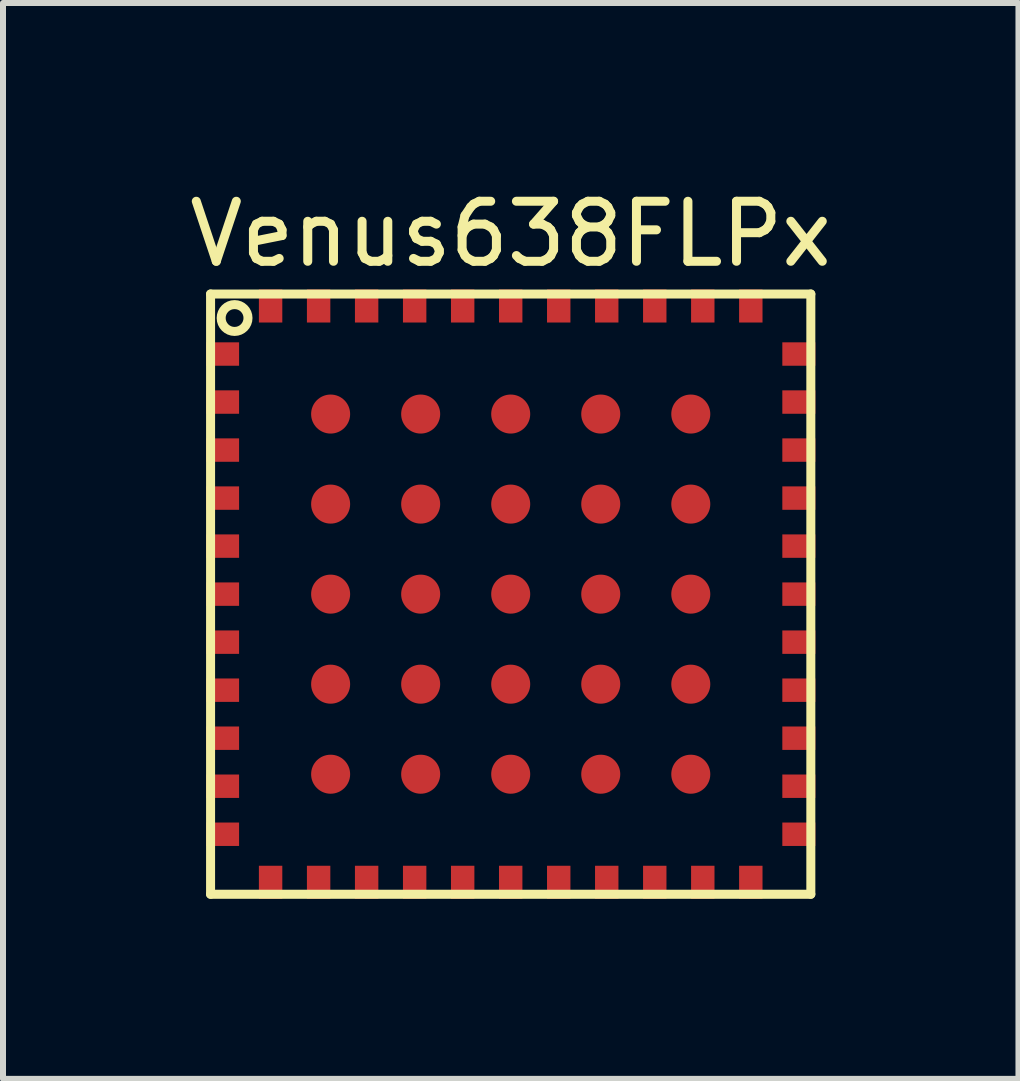
<source format=kicad_pcb>
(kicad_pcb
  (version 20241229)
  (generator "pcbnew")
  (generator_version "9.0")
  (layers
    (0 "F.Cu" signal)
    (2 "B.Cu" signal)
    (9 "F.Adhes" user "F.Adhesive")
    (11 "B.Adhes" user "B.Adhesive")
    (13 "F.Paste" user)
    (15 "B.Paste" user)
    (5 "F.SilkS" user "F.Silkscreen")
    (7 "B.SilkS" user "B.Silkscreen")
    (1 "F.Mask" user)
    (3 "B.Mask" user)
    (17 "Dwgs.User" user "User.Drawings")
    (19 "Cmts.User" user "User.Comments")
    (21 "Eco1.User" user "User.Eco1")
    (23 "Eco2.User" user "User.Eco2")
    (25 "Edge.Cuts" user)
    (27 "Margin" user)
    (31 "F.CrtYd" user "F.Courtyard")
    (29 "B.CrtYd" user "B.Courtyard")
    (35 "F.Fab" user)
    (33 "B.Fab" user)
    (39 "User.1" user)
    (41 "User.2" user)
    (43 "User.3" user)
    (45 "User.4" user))
  (footprint "Venus638FLPx"
    (layer "F.Cu")
    (at 5.458 6.848)
    (property "Reference" "Venus638FLPx" (at 0 -6 0) (layer "F.SilkS") (effects (font (size 1 1) (thickness 0.15))))
    (attr smd)
    (fp_line (start -5 -5) (end -5 5) (stroke (width 0.15) (type solid)) (layer "F.SilkS"))
    (fp_line (start -5 5) (end 5 5) (stroke (width 0.15) (type solid)) (layer "F.SilkS"))
    (fp_line (start 5 -5) (end -5 -5) (stroke (width 0.15) (type solid)) (layer "F.SilkS"))
    (fp_line (start 5 5) (end 5 -5) (stroke (width 0.15) (type solid)) (layer "F.SilkS"))
    (fp_circle (center -4.6 -4.6) (end -4.5 -4.4) (stroke (width 0.15) (type solid)) (fill no) (layer "F.SilkS"))
    (pad "1" smd rect (at -4.8 -4) (size 0.55 0.39) (layers "F.Cu" "F.Mask" "F.Paste"))
    (pad "2" smd rect (at -4.8 -3.2) (size 0.55 0.39) (layers "F.Cu" "F.Mask" "F.Paste"))
    (pad "3" smd rect (at -4.8 -2.4) (size 0.55 0.39) (layers "F.Cu" "F.Mask" "F.Paste"))
    (pad "4" smd rect (at -4.8 -1.6) (size 0.55 0.39) (layers "F.Cu" "F.Mask" "F.Paste"))
    (pad "5" smd rect (at -4.8 -0.8) (size 0.55 0.39) (layers "F.Cu" "F.Mask" "F.Paste"))
    (pad "6" smd rect (at -4.8 0) (size 0.55 0.39) (layers "F.Cu" "F.Mask" "F.Paste"))
    (pad "7" smd rect (at -4.8 0.8) (size 0.55 0.39) (layers "F.Cu" "F.Mask" "F.Paste"))
    (pad "8" smd rect (at -4.8 1.6) (size 0.55 0.39) (layers "F.Cu" "F.Mask" "F.Paste"))
    (pad "9" smd rect (at -4.8 2.4) (size 0.55 0.39) (layers "F.Cu" "F.Mask" "F.Paste"))
    (pad "10" smd rect (at -4.8 3.2) (size 0.55 0.39) (layers "F.Cu" "F.Mask" "F.Paste"))
    (pad "11" smd rect (at -4.8 4) (size 0.55 0.39) (layers "F.Cu" "F.Mask" "F.Paste"))
    (pad "12" smd rect (at -4 4.8 90) (size 0.55 0.39) (layers "F.Cu" "F.Mask" "F.Paste"))
    (pad "13" smd rect (at -3.2 4.8 90) (size 0.55 0.39) (layers "F.Cu" "F.Mask" "F.Paste"))
    (pad "14" smd rect (at -2.4 4.8 90) (size 0.55 0.39) (layers "F.Cu" "F.Mask" "F.Paste"))
    (pad "15" smd rect (at -1.6 4.8 90) (size 0.55 0.39) (layers "F.Cu" "F.Mask" "F.Paste"))
    (pad "16" smd rect (at -0.8 4.8 90) (size 0.55 0.39) (layers "F.Cu" "F.Mask" "F.Paste"))
    (pad "17" smd rect (at 0 4.8 90) (size 0.55 0.39) (layers "F.Cu" "F.Mask" "F.Paste"))
    (pad "18" smd rect (at 0.8 4.8 90) (size 0.55 0.39) (layers "F.Cu" "F.Mask" "F.Paste"))
    (pad "19" smd rect (at 1.6 4.8 90) (size 0.55 0.39) (layers "F.Cu" "F.Mask" "F.Paste"))
    (pad "20" smd rect (at 2.4 4.8 90) (size 0.55 0.39) (layers "F.Cu" "F.Mask" "F.Paste"))
    (pad "21" smd rect (at 3.2 4.8 90) (size 0.55 0.39) (layers "F.Cu" "F.Mask" "F.Paste"))
    (pad "22" smd rect (at 4 4.8 90) (size 0.55 0.39) (layers "F.Cu" "F.Mask" "F.Paste"))
    (pad "23" smd rect (at 4.8 4 180) (size 0.55 0.39) (layers "F.Cu" "F.Mask" "F.Paste"))
    (pad "24" smd rect (at 4.8 3.2 180) (size 0.55 0.39) (layers "F.Cu" "F.Mask" "F.Paste"))
    (pad "25" smd rect (at 4.8 2.4 180) (size 0.55 0.39) (layers "F.Cu" "F.Mask" "F.Paste"))
    (pad "26" smd rect (at 4.8 1.6 180) (size 0.55 0.39) (layers "F.Cu" "F.Mask" "F.Paste"))
    (pad "27" smd rect (at 4.8 0.8 180) (size 0.55 0.39) (layers "F.Cu" "F.Mask" "F.Paste"))
    (pad "28" smd rect (at 4.8 0 180) (size 0.55 0.39) (layers "F.Cu" "F.Mask" "F.Paste"))
    (pad "29" smd rect (at 4.8 -0.8 180) (size 0.55 0.39) (layers "F.Cu" "F.Mask" "F.Paste"))
    (pad "30" smd rect (at 4.8 -1.6 180) (size 0.55 0.39) (layers "F.Cu" "F.Mask" "F.Paste"))
    (pad "31" smd rect (at 4.8 -2.4 180) (size 0.55 0.39) (layers "F.Cu" "F.Mask" "F.Paste"))
    (pad "32" smd rect (at 4.8 -3.2 180) (size 0.55 0.39) (layers "F.Cu" "F.Mask" "F.Paste"))
    (pad "33" smd rect (at 4.8 -4 180) (size 0.55 0.39) (layers "F.Cu" "F.Mask" "F.Paste"))
    (pad "34" smd rect (at 4 -4.8 270) (size 0.55 0.39) (layers "F.Cu" "F.Mask" "F.Paste"))
    (pad "35" smd rect (at 3.2 -4.8 270) (size 0.55 0.39) (layers "F.Cu" "F.Mask" "F.Paste"))
    (pad "36" smd rect (at 2.4 -4.8 270) (size 0.55 0.39) (layers "F.Cu" "F.Mask" "F.Paste"))
    (pad "37" smd rect (at 1.6 -4.8 270) (size 0.55 0.39) (layers "F.Cu" "F.Mask" "F.Paste"))
    (pad "38" smd rect (at 0.8 -4.8 270) (size 0.55 0.39) (layers "F.Cu" "F.Mask" "F.Paste"))
    (pad "39" smd rect (at 0 -4.8 270) (size 0.55 0.39) (layers "F.Cu" "F.Mask" "F.Paste"))
    (pad "40" smd rect (at -0.8 -4.8 270) (size 0.55 0.39) (layers "F.Cu" "F.Mask" "F.Paste"))
    (pad "41" smd rect (at -1.6 -4.8 270) (size 0.55 0.39) (layers "F.Cu" "F.Mask" "F.Paste"))
    (pad "42" smd rect (at -2.4 -4.8 270) (size 0.55 0.39) (layers "F.Cu" "F.Mask" "F.Paste"))
    (pad "43" smd rect (at -3.2 -4.8 270) (size 0.55 0.39) (layers "F.Cu" "F.Mask" "F.Paste"))
    (pad "44" smd rect (at -4 -4.8 270) (size 0.55 0.39) (layers "F.Cu" "F.Mask" "F.Paste"))
    (pad "45" smd circle (at -3 -3 270) (size 0.65 0.65) (layers "F.Cu" "F.Mask" "F.Paste"))
    (pad "46" smd circle (at -3 -1.5 270) (size 0.65 0.65) (layers "F.Cu" "F.Mask" "F.Paste"))
    (pad "47" smd circle (at -3 0 270) (size 0.65 0.65) (layers "F.Cu" "F.Mask" "F.Paste"))
    (pad "48" smd circle (at -3 1.5 270) (size 0.65 0.65) (layers "F.Cu" "F.Mask" "F.Paste"))
    (pad "49" smd circle (at -3 3 270) (size 0.65 0.65) (layers "F.Cu" "F.Mask" "F.Paste"))
    (pad "50" smd circle (at -1.5 -3 270) (size 0.65 0.65) (layers "F.Cu" "F.Mask" "F.Paste"))
    (pad "51" smd circle (at -1.5 -1.5 270) (size 0.65 0.65) (layers "F.Cu" "F.Mask" "F.Paste"))
    (pad "52" smd circle (at -1.5 0 270) (size 0.65 0.65) (layers "F.Cu" "F.Mask" "F.Paste"))
    (pad "53" smd circle (at -1.5 1.5 270) (size 0.65 0.65) (layers "F.Cu" "F.Mask" "F.Paste"))
    (pad "54" smd circle (at -1.5 3 270) (size 0.65 0.65) (layers "F.Cu" "F.Mask" "F.Paste"))
    (pad "55" smd circle (at 0 -3 270) (size 0.65 0.65) (layers "F.Cu" "F.Mask" "F.Paste"))
    (pad "56" smd circle (at 0 -1.5 270) (size 0.65 0.65) (layers "F.Cu" "F.Mask" "F.Paste"))
    (pad "57" smd circle (at 0 0 270) (size 0.65 0.65) (layers "F.Cu" "F.Mask" "F.Paste"))
    (pad "58" smd circle (at 0 1.5 270) (size 0.65 0.65) (layers "F.Cu" "F.Mask" "F.Paste"))
    (pad "59" smd circle (at 0 3 270) (size 0.65 0.65) (layers "F.Cu" "F.Mask" "F.Paste"))
    (pad "60" smd circle (at 1.5 -3 270) (size 0.65 0.65) (layers "F.Cu" "F.Mask" "F.Paste"))
    (pad "61" smd circle (at 1.5 -1.5 270) (size 0.65 0.65) (layers "F.Cu" "F.Mask" "F.Paste"))
    (pad "62" smd circle (at 1.5 0 270) (size 0.65 0.65) (layers "F.Cu" "F.Mask" "F.Paste"))
    (pad "63" smd circle (at 1.5 1.5 270) (size 0.65 0.65) (layers "F.Cu" "F.Mask" "F.Paste"))
    (pad "64" smd circle (at 1.5 3 270) (size 0.65 0.65) (layers "F.Cu" "F.Mask" "F.Paste"))
    (pad "65" smd circle (at 3 -3 270) (size 0.65 0.65) (layers "F.Cu" "F.Mask" "F.Paste"))
    (pad "66" smd circle (at 3 -1.5 270) (size 0.65 0.65) (layers "F.Cu" "F.Mask" "F.Paste"))
    (pad "67" smd circle (at 3 0 270) (size 0.65 0.65) (layers "F.Cu" "F.Mask" "F.Paste"))
    (pad "68" smd circle (at 3 1.5 270) (size 0.65 0.65) (layers "F.Cu" "F.Mask" "F.Paste"))
    (pad "69" smd circle (at 3 3 270) (size 0.65 0.65) (layers "F.Cu" "F.Mask" "F.Paste")))
  (gr_rect
    (start -3 -3)
    (end 13.917 14.923)
    (stroke (width 0.1) (type default))
    (fill no)
    (layer "Edge.Cuts")))
</source>
